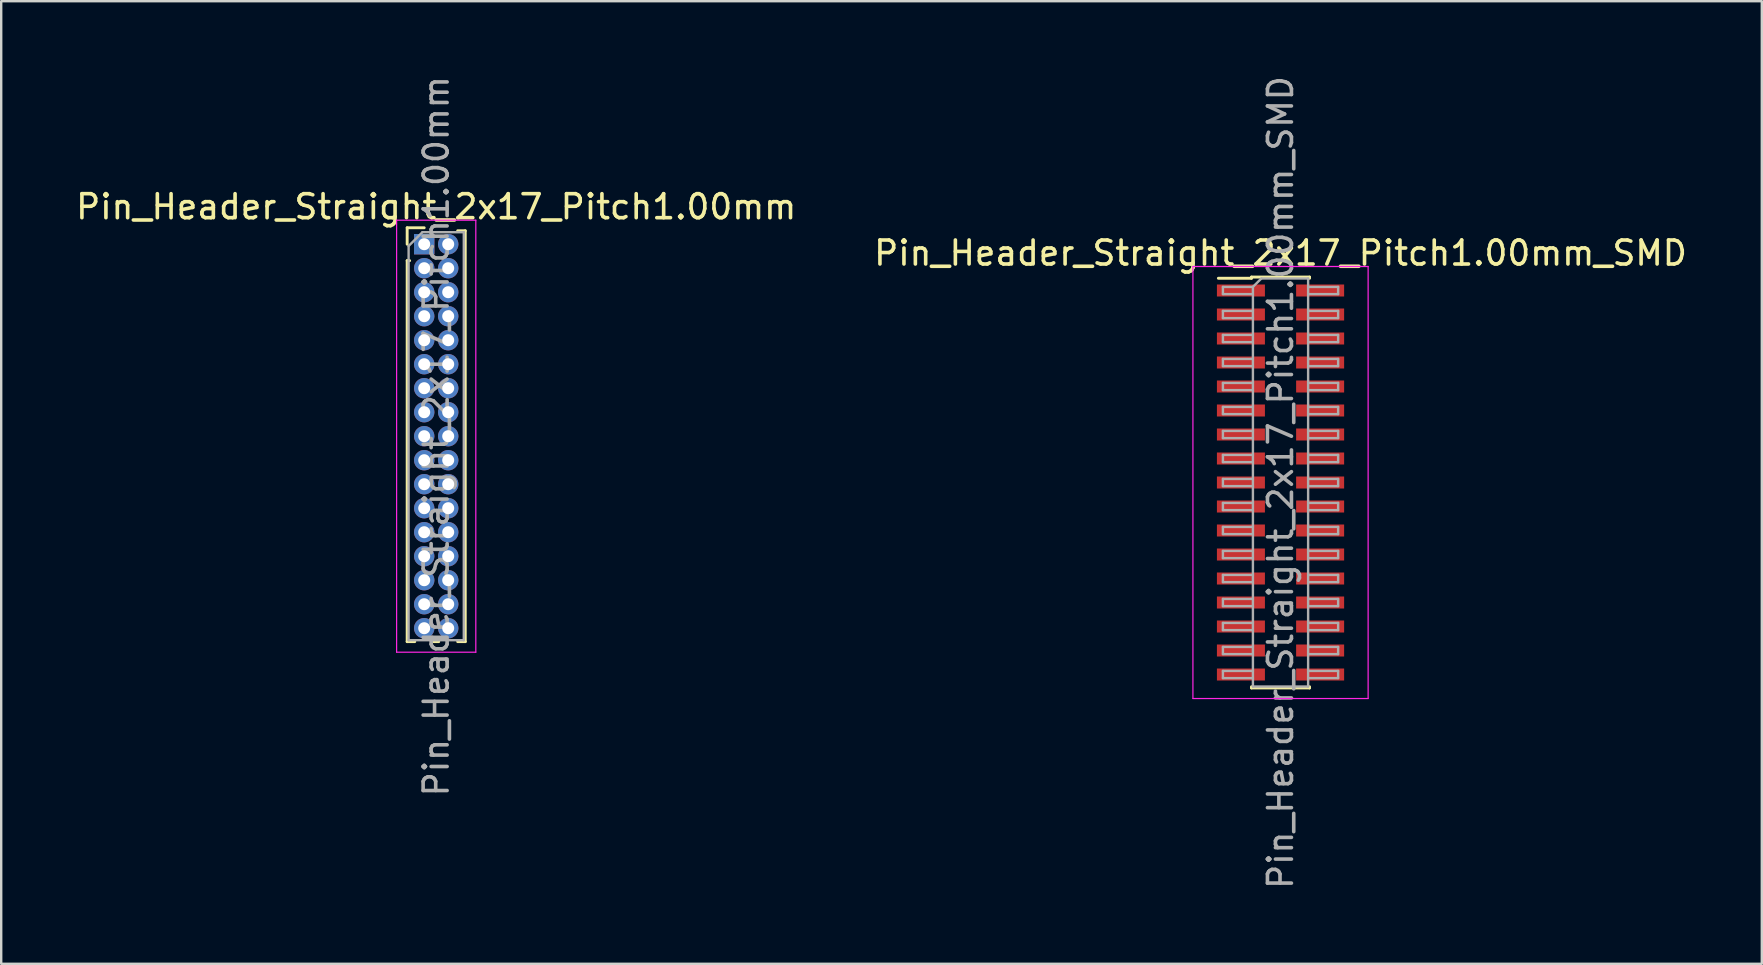
<source format=kicad_pcb>
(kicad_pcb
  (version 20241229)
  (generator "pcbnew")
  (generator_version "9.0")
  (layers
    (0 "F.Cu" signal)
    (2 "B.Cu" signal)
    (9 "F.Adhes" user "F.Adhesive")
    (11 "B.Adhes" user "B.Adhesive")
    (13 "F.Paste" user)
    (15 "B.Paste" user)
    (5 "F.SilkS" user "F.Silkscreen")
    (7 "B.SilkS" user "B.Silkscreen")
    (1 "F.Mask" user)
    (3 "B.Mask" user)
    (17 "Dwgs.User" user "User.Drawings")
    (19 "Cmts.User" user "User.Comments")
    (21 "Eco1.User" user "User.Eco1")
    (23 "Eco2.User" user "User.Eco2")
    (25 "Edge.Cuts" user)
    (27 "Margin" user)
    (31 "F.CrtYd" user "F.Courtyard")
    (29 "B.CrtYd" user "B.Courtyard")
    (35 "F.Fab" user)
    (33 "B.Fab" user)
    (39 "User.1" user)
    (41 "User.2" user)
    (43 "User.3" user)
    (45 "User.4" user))
  (footprint "Pin_Header_Straight_2x17_Pitch1.00mm_SMD"
    (layer "F.Cu")
    (at 50.304 17.054)
    (property "Reference" "Pin_Header_Straight_2x17_Pitch1.00mm_SMD" (at 0 -9.56 0) (layer "F.SilkS") (effects (font (size 1 1) (thickness 0.15))))
    (attr smd)
    (fp_line (start -2.59 -8.51) (end -1.21 -8.51) (stroke (width 0.12) (type solid)) (layer "F.SilkS"))
    (fp_line (start -1.21 -8.56) (end -1.21 -8.51) (stroke (width 0.12) (type solid)) (layer "F.SilkS"))
    (fp_line (start -1.21 -8.56) (end 1.21 -8.56) (stroke (width 0.12) (type solid)) (layer "F.SilkS"))
    (fp_line (start -1.21 8.51) (end -1.21 8.56) (stroke (width 0.12) (type solid)) (layer "F.SilkS"))
    (fp_line (start -1.21 8.56) (end 1.21 8.56) (stroke (width 0.12) (type solid)) (layer "F.SilkS"))
    (fp_line (start 1.21 -8.56) (end 1.21 -8.51) (stroke (width 0.12) (type solid)) (layer "F.SilkS"))
    (fp_line (start 1.21 8.51) (end 1.21 8.56) (stroke (width 0.12) (type solid)) (layer "F.SilkS"))
    (fp_line (start -3.65 -9) (end -3.65 9) (stroke (width 0.05) (type solid)) (layer "F.CrtYd"))
    (fp_line (start -3.65 9) (end 3.65 9) (stroke (width 0.05) (type solid)) (layer "F.CrtYd"))
    (fp_line (start 3.65 -9) (end -3.65 -9) (stroke (width 0.05) (type solid)) (layer "F.CrtYd"))
    (fp_line (start 3.65 9) (end 3.65 -9) (stroke (width 0.05) (type solid)) (layer "F.CrtYd"))
    (fp_line (start -2.4 -8.15) (end -2.4 -7.85) (stroke (width 0.1) (type solid)) (layer "F.Fab"))
    (fp_line (start -2.4 -7.85) (end -1.15 -7.85) (stroke (width 0.1) (type solid)) (layer "F.Fab"))
    (fp_line (start -2.4 -7.15) (end -2.4 -6.85) (stroke (width 0.1) (type solid)) (layer "F.Fab"))
    (fp_line (start -2.4 -6.85) (end -1.15 -6.85) (stroke (width 0.1) (type solid)) (layer "F.Fab"))
    (fp_line (start -2.4 -6.15) (end -2.4 -5.85) (stroke (width 0.1) (type solid)) (layer "F.Fab"))
    (fp_line (start -2.4 -5.85) (end -1.15 -5.85) (stroke (width 0.1) (type solid)) (layer "F.Fab"))
    (fp_line (start -2.4 -5.15) (end -2.4 -4.85) (stroke (width 0.1) (type solid)) (layer "F.Fab"))
    (fp_line (start -2.4 -4.85) (end -1.15 -4.85) (stroke (width 0.1) (type solid)) (layer "F.Fab"))
    (fp_line (start -2.4 -4.15) (end -2.4 -3.85) (stroke (width 0.1) (type solid)) (layer "F.Fab"))
    (fp_line (start -2.4 -3.85) (end -1.15 -3.85) (stroke (width 0.1) (type solid)) (layer "F.Fab"))
    (fp_line (start -2.4 -3.15) (end -2.4 -2.85) (stroke (width 0.1) (type solid)) (layer "F.Fab"))
    (fp_line (start -2.4 -2.85) (end -1.15 -2.85) (stroke (width 0.1) (type solid)) (layer "F.Fab"))
    (fp_line (start -2.4 -2.15) (end -2.4 -1.85) (stroke (width 0.1) (type solid)) (layer "F.Fab"))
    (fp_line (start -2.4 -1.85) (end -1.15 -1.85) (stroke (width 0.1) (type solid)) (layer "F.Fab"))
    (fp_line (start -2.4 -1.15) (end -2.4 -0.85) (stroke (width 0.1) (type solid)) (layer "F.Fab"))
    (fp_line (start -2.4 -0.85) (end -1.15 -0.85) (stroke (width 0.1) (type solid)) (layer "F.Fab"))
    (fp_line (start -2.4 -0.15) (end -2.4 0.15) (stroke (width 0.1) (type solid)) (layer "F.Fab"))
    (fp_line (start -2.4 0.15) (end -1.15 0.15) (stroke (width 0.1) (type solid)) (layer "F.Fab"))
    (fp_line (start -2.4 0.85) (end -2.4 1.15) (stroke (width 0.1) (type solid)) (layer "F.Fab"))
    (fp_line (start -2.4 1.15) (end -1.15 1.15) (stroke (width 0.1) (type solid)) (layer "F.Fab"))
    (fp_line (start -2.4 1.85) (end -2.4 2.15) (stroke (width 0.1) (type solid)) (layer "F.Fab"))
    (fp_line (start -2.4 2.15) (end -1.15 2.15) (stroke (width 0.1) (type solid)) (layer "F.Fab"))
    (fp_line (start -2.4 2.85) (end -2.4 3.15) (stroke (width 0.1) (type solid)) (layer "F.Fab"))
    (fp_line (start -2.4 3.15) (end -1.15 3.15) (stroke (width 0.1) (type solid)) (layer "F.Fab"))
    (fp_line (start -2.4 3.85) (end -2.4 4.15) (stroke (width 0.1) (type solid)) (layer "F.Fab"))
    (fp_line (start -2.4 4.15) (end -1.15 4.15) (stroke (width 0.1) (type solid)) (layer "F.Fab"))
    (fp_line (start -2.4 4.85) (end -2.4 5.15) (stroke (width 0.1) (type solid)) (layer "F.Fab"))
    (fp_line (start -2.4 5.15) (end -1.15 5.15) (stroke (width 0.1) (type solid)) (layer "F.Fab"))
    (fp_line (start -2.4 5.85) (end -2.4 6.15) (stroke (width 0.1) (type solid)) (layer "F.Fab"))
    (fp_line (start -2.4 6.15) (end -1.15 6.15) (stroke (width 0.1) (type solid)) (layer "F.Fab"))
    (fp_line (start -2.4 6.85) (end -2.4 7.15) (stroke (width 0.1) (type solid)) (layer "F.Fab"))
    (fp_line (start -2.4 7.15) (end -1.15 7.15) (stroke (width 0.1) (type solid)) (layer "F.Fab"))
    (fp_line (start -2.4 7.85) (end -2.4 8.15) (stroke (width 0.1) (type solid)) (layer "F.Fab"))
    (fp_line (start -2.4 8.15) (end -1.15 8.15) (stroke (width 0.1) (type solid)) (layer "F.Fab"))
    (fp_line (start -1.15 -8.15) (end -2.4 -8.15) (stroke (width 0.1) (type solid)) (layer "F.Fab"))
    (fp_line (start -1.15 -8.15) (end -0.8 -8.5) (stroke (width 0.1) (type solid)) (layer "F.Fab"))
    (fp_line (start -1.15 -7.15) (end -2.4 -7.15) (stroke (width 0.1) (type solid)) (layer "F.Fab"))
    (fp_line (start -1.15 -6.15) (end -2.4 -6.15) (stroke (width 0.1) (type solid)) (layer "F.Fab"))
    (fp_line (start -1.15 -5.15) (end -2.4 -5.15) (stroke (width 0.1) (type solid)) (layer "F.Fab"))
    (fp_line (start -1.15 -4.15) (end -2.4 -4.15) (stroke (width 0.1) (type solid)) (layer "F.Fab"))
    (fp_line (start -1.15 -3.15) (end -2.4 -3.15) (stroke (width 0.1) (type solid)) (layer "F.Fab"))
    (fp_line (start -1.15 -2.15) (end -2.4 -2.15) (stroke (width 0.1) (type solid)) (layer "F.Fab"))
    (fp_line (start -1.15 -1.15) (end -2.4 -1.15) (stroke (width 0.1) (type solid)) (layer "F.Fab"))
    (fp_line (start -1.15 -0.15) (end -2.4 -0.15) (stroke (width 0.1) (type solid)) (layer "F.Fab"))
    (fp_line (start -1.15 0.85) (end -2.4 0.85) (stroke (width 0.1) (type solid)) (layer "F.Fab"))
    (fp_line (start -1.15 1.85) (end -2.4 1.85) (stroke (width 0.1) (type solid)) (layer "F.Fab"))
    (fp_line (start -1.15 2.85) (end -2.4 2.85) (stroke (width 0.1) (type solid)) (layer "F.Fab"))
    (fp_line (start -1.15 3.85) (end -2.4 3.85) (stroke (width 0.1) (type solid)) (layer "F.Fab"))
    (fp_line (start -1.15 4.85) (end -2.4 4.85) (stroke (width 0.1) (type solid)) (layer "F.Fab"))
    (fp_line (start -1.15 5.85) (end -2.4 5.85) (stroke (width 0.1) (type solid)) (layer "F.Fab"))
    (fp_line (start -1.15 6.85) (end -2.4 6.85) (stroke (width 0.1) (type solid)) (layer "F.Fab"))
    (fp_line (start -1.15 7.85) (end -2.4 7.85) (stroke (width 0.1) (type solid)) (layer "F.Fab"))
    (fp_line (start -1.15 8.5) (end -1.15 -8.15) (stroke (width 0.1) (type solid)) (layer "F.Fab"))
    (fp_line (start -0.8 -8.5) (end 1.15 -8.5) (stroke (width 0.1) (type solid)) (layer "F.Fab"))
    (fp_line (start 1.15 -8.5) (end 1.15 8.5) (stroke (width 0.1) (type solid)) (layer "F.Fab"))
    (fp_line (start 1.15 -8.15) (end 2.4 -8.15) (stroke (width 0.1) (type solid)) (layer "F.Fab"))
    (fp_line (start 1.15 -7.15) (end 2.4 -7.15) (stroke (width 0.1) (type solid)) (layer "F.Fab"))
    (fp_line (start 1.15 -6.15) (end 2.4 -6.15) (stroke (width 0.1) (type solid)) (layer "F.Fab"))
    (fp_line (start 1.15 -5.15) (end 2.4 -5.15) (stroke (width 0.1) (type solid)) (layer "F.Fab"))
    (fp_line (start 1.15 -4.15) (end 2.4 -4.15) (stroke (width 0.1) (type solid)) (layer "F.Fab"))
    (fp_line (start 1.15 -3.15) (end 2.4 -3.15) (stroke (width 0.1) (type solid)) (layer "F.Fab"))
    (fp_line (start 1.15 -2.15) (end 2.4 -2.15) (stroke (width 0.1) (type solid)) (layer "F.Fab"))
    (fp_line (start 1.15 -1.15) (end 2.4 -1.15) (stroke (width 0.1) (type solid)) (layer "F.Fab"))
    (fp_line (start 1.15 -0.15) (end 2.4 -0.15) (stroke (width 0.1) (type solid)) (layer "F.Fab"))
    (fp_line (start 1.15 0.85) (end 2.4 0.85) (stroke (width 0.1) (type solid)) (layer "F.Fab"))
    (fp_line (start 1.15 1.85) (end 2.4 1.85) (stroke (width 0.1) (type solid)) (layer "F.Fab"))
    (fp_line (start 1.15 2.85) (end 2.4 2.85) (stroke (width 0.1) (type solid)) (layer "F.Fab"))
    (fp_line (start 1.15 3.85) (end 2.4 3.85) (stroke (width 0.1) (type solid)) (layer "F.Fab"))
    (fp_line (start 1.15 4.85) (end 2.4 4.85) (stroke (width 0.1) (type solid)) (layer "F.Fab"))
    (fp_line (start 1.15 5.85) (end 2.4 5.85) (stroke (width 0.1) (type solid)) (layer "F.Fab"))
    (fp_line (start 1.15 6.85) (end 2.4 6.85) (stroke (width 0.1) (type solid)) (layer "F.Fab"))
    (fp_line (start 1.15 7.85) (end 2.4 7.85) (stroke (width 0.1) (type solid)) (layer "F.Fab"))
    (fp_line (start 1.15 8.5) (end -1.15 8.5) (stroke (width 0.1) (type solid)) (layer "F.Fab"))
    (fp_line (start 2.4 -8.15) (end 2.4 -7.85) (stroke (width 0.1) (type solid)) (layer "F.Fab"))
    (fp_line (start 2.4 -7.85) (end 1.15 -7.85) (stroke (width 0.1) (type solid)) (layer "F.Fab"))
    (fp_line (start 2.4 -7.15) (end 2.4 -6.85) (stroke (width 0.1) (type solid)) (layer "F.Fab"))
    (fp_line (start 2.4 -6.85) (end 1.15 -6.85) (stroke (width 0.1) (type solid)) (layer "F.Fab"))
    (fp_line (start 2.4 -6.15) (end 2.4 -5.85) (stroke (width 0.1) (type solid)) (layer "F.Fab"))
    (fp_line (start 2.4 -5.85) (end 1.15 -5.85) (stroke (width 0.1) (type solid)) (layer "F.Fab"))
    (fp_line (start 2.4 -5.15) (end 2.4 -4.85) (stroke (width 0.1) (type solid)) (layer "F.Fab"))
    (fp_line (start 2.4 -4.85) (end 1.15 -4.85) (stroke (width 0.1) (type solid)) (layer "F.Fab"))
    (fp_line (start 2.4 -4.15) (end 2.4 -3.85) (stroke (width 0.1) (type solid)) (layer "F.Fab"))
    (fp_line (start 2.4 -3.85) (end 1.15 -3.85) (stroke (width 0.1) (type solid)) (layer "F.Fab"))
    (fp_line (start 2.4 -3.15) (end 2.4 -2.85) (stroke (width 0.1) (type solid)) (layer "F.Fab"))
    (fp_line (start 2.4 -2.85) (end 1.15 -2.85) (stroke (width 0.1) (type solid)) (layer "F.Fab"))
    (fp_line (start 2.4 -2.15) (end 2.4 -1.85) (stroke (width 0.1) (type solid)) (layer "F.Fab"))
    (fp_line (start 2.4 -1.85) (end 1.15 -1.85) (stroke (width 0.1) (type solid)) (layer "F.Fab"))
    (fp_line (start 2.4 -1.15) (end 2.4 -0.85) (stroke (width 0.1) (type solid)) (layer "F.Fab"))
    (fp_line (start 2.4 -0.85) (end 1.15 -0.85) (stroke (width 0.1) (type solid)) (layer "F.Fab"))
    (fp_line (start 2.4 -0.15) (end 2.4 0.15) (stroke (width 0.1) (type solid)) (layer "F.Fab"))
    (fp_line (start 2.4 0.15) (end 1.15 0.15) (stroke (width 0.1) (type solid)) (layer "F.Fab"))
    (fp_line (start 2.4 0.85) (end 2.4 1.15) (stroke (width 0.1) (type solid)) (layer "F.Fab"))
    (fp_line (start 2.4 1.15) (end 1.15 1.15) (stroke (width 0.1) (type solid)) (layer "F.Fab"))
    (fp_line (start 2.4 1.85) (end 2.4 2.15) (stroke (width 0.1) (type solid)) (layer "F.Fab"))
    (fp_line (start 2.4 2.15) (end 1.15 2.15) (stroke (width 0.1) (type solid)) (layer "F.Fab"))
    (fp_line (start 2.4 2.85) (end 2.4 3.15) (stroke (width 0.1) (type solid)) (layer "F.Fab"))
    (fp_line (start 2.4 3.15) (end 1.15 3.15) (stroke (width 0.1) (type solid)) (layer "F.Fab"))
    (fp_line (start 2.4 3.85) (end 2.4 4.15) (stroke (width 0.1) (type solid)) (layer "F.Fab"))
    (fp_line (start 2.4 4.15) (end 1.15 4.15) (stroke (width 0.1) (type solid)) (layer "F.Fab"))
    (fp_line (start 2.4 4.85) (end 2.4 5.15) (stroke (width 0.1) (type solid)) (layer "F.Fab"))
    (fp_line (start 2.4 5.15) (end 1.15 5.15) (stroke (width 0.1) (type solid)) (layer "F.Fab"))
    (fp_line (start 2.4 5.85) (end 2.4 6.15) (stroke (width 0.1) (type solid)) (layer "F.Fab"))
    (fp_line (start 2.4 6.15) (end 1.15 6.15) (stroke (width 0.1) (type solid)) (layer "F.Fab"))
    (fp_line (start 2.4 6.85) (end 2.4 7.15) (stroke (width 0.1) (type solid)) (layer "F.Fab"))
    (fp_line (start 2.4 7.15) (end 1.15 7.15) (stroke (width 0.1) (type solid)) (layer "F.Fab"))
    (fp_line (start 2.4 7.85) (end 2.4 8.15) (stroke (width 0.1) (type solid)) (layer "F.Fab"))
    (fp_line (start 2.4 8.15) (end 1.15 8.15) (stroke (width 0.1) (type solid)) (layer "F.Fab"))
    (fp_text user "${REFERENCE}" (at 0 0 90) (layer "F.Fab") (effects (font (size 1 1) (thickness 0.15))))
    (pad "1" smd rect (at -1.65 -8) (size 2 0.5) (layers "F.Cu" "F.Mask" "F.Paste"))
    (pad "2" smd rect (at 1.65 -8) (size 2 0.5) (layers "F.Cu" "F.Mask" "F.Paste"))
    (pad "3" smd rect (at -1.65 -7) (size 2 0.5) (layers "F.Cu" "F.Mask" "F.Paste"))
    (pad "4" smd rect (at 1.65 -7) (size 2 0.5) (layers "F.Cu" "F.Mask" "F.Paste"))
    (pad "5" smd rect (at -1.65 -6) (size 2 0.5) (layers "F.Cu" "F.Mask" "F.Paste"))
    (pad "6" smd rect (at 1.65 -6) (size 2 0.5) (layers "F.Cu" "F.Mask" "F.Paste"))
    (pad "7" smd rect (at -1.65 -5) (size 2 0.5) (layers "F.Cu" "F.Mask" "F.Paste"))
    (pad "8" smd rect (at 1.65 -5) (size 2 0.5) (layers "F.Cu" "F.Mask" "F.Paste"))
    (pad "9" smd rect (at -1.65 -4) (size 2 0.5) (layers "F.Cu" "F.Mask" "F.Paste"))
    (pad "10" smd rect (at 1.65 -4) (size 2 0.5) (layers "F.Cu" "F.Mask" "F.Paste"))
    (pad "11" smd rect (at -1.65 -3) (size 2 0.5) (layers "F.Cu" "F.Mask" "F.Paste"))
    (pad "12" smd rect (at 1.65 -3) (size 2 0.5) (layers "F.Cu" "F.Mask" "F.Paste"))
    (pad "13" smd rect (at -1.65 -2) (size 2 0.5) (layers "F.Cu" "F.Mask" "F.Paste"))
    (pad "14" smd rect (at 1.65 -2) (size 2 0.5) (layers "F.Cu" "F.Mask" "F.Paste"))
    (pad "15" smd rect (at -1.65 -1) (size 2 0.5) (layers "F.Cu" "F.Mask" "F.Paste"))
    (pad "16" smd rect (at 1.65 -1) (size 2 0.5) (layers "F.Cu" "F.Mask" "F.Paste"))
    (pad "17" smd rect (at -1.65 0) (size 2 0.5) (layers "F.Cu" "F.Mask" "F.Paste"))
    (pad "18" smd rect (at 1.65 0) (size 2 0.5) (layers "F.Cu" "F.Mask" "F.Paste"))
    (pad "19" smd rect (at -1.65 1) (size 2 0.5) (layers "F.Cu" "F.Mask" "F.Paste"))
    (pad "20" smd rect (at 1.65 1) (size 2 0.5) (layers "F.Cu" "F.Mask" "F.Paste"))
    (pad "21" smd rect (at -1.65 2) (size 2 0.5) (layers "F.Cu" "F.Mask" "F.Paste"))
    (pad "22" smd rect (at 1.65 2) (size 2 0.5) (layers "F.Cu" "F.Mask" "F.Paste"))
    (pad "23" smd rect (at -1.65 3) (size 2 0.5) (layers "F.Cu" "F.Mask" "F.Paste"))
    (pad "24" smd rect (at 1.65 3) (size 2 0.5) (layers "F.Cu" "F.Mask" "F.Paste"))
    (pad "25" smd rect (at -1.65 4) (size 2 0.5) (layers "F.Cu" "F.Mask" "F.Paste"))
    (pad "26" smd rect (at 1.65 4) (size 2 0.5) (layers "F.Cu" "F.Mask" "F.Paste"))
    (pad "27" smd rect (at -1.65 5) (size 2 0.5) (layers "F.Cu" "F.Mask" "F.Paste"))
    (pad "28" smd rect (at 1.65 5) (size 2 0.5) (layers "F.Cu" "F.Mask" "F.Paste"))
    (pad "29" smd rect (at -1.65 6) (size 2 0.5) (layers "F.Cu" "F.Mask" "F.Paste"))
    (pad "30" smd rect (at 1.65 6) (size 2 0.5) (layers "F.Cu" "F.Mask" "F.Paste"))
    (pad "31" smd rect (at -1.65 7) (size 2 0.5) (layers "F.Cu" "F.Mask" "F.Paste"))
    (pad "32" smd rect (at 1.65 7) (size 2 0.5) (layers "F.Cu" "F.Mask" "F.Paste"))
    (pad "33" smd rect (at -1.65 8) (size 2 0.5) (layers "F.Cu" "F.Mask" "F.Paste"))
    (pad "34" smd rect (at 1.65 8) (size 2 0.5) (layers "F.Cu" "F.Mask" "F.Paste")))
  (footprint "Pin_Header_Straight_2x17_Pitch1.00mm"
    (layer "F.Cu")
    (at 14.625 7.125)
    (property "Reference" "Pin_Header_Straight_2x17_Pitch1.00mm" (at 0.5 -1.56 0) (layer "F.SilkS") (effects (font (size 1 1) (thickness 0.15))))
    (attr through_hole)
    (fp_line (start -0.71 -0.685) (end 0 -0.685) (stroke (width 0.12) (type solid)) (layer "F.SilkS"))
    (fp_line (start -0.71 0) (end -0.71 -0.685) (stroke (width 0.12) (type solid)) (layer "F.SilkS"))
    (fp_line (start -0.71 0.685) (end -0.71 16.56) (stroke (width 0.12) (type solid)) (layer "F.SilkS"))
    (fp_line (start -0.71 0.685) (end -0.608 0.685) (stroke (width 0.12) (type solid)) (layer "F.SilkS"))
    (fp_line (start -0.71 16.56) (end -0.394 16.56) (stroke (width 0.12) (type solid)) (layer "F.SilkS"))
    (fp_line (start 0.394 16.56) (end 0.606 16.56) (stroke (width 0.12) (type solid)) (layer "F.SilkS"))
    (fp_line (start 1.394 -0.56) (end 1.71 -0.56) (stroke (width 0.12) (type solid)) (layer "F.SilkS"))
    (fp_line (start 1.394 16.56) (end 1.71 16.56) (stroke (width 0.12) (type solid)) (layer "F.SilkS"))
    (fp_line (start 1.71 -0.56) (end 1.71 16.56) (stroke (width 0.12) (type solid)) (layer "F.SilkS"))
    (fp_line (start -1.15 -1) (end -1.15 17) (stroke (width 0.05) (type solid)) (layer "F.CrtYd"))
    (fp_line (start -1.15 17) (end 2.15 17) (stroke (width 0.05) (type solid)) (layer "F.CrtYd"))
    (fp_line (start 2.15 -1) (end -1.15 -1) (stroke (width 0.05) (type solid)) (layer "F.CrtYd"))
    (fp_line (start 2.15 17) (end 2.15 -1) (stroke (width 0.05) (type solid)) (layer "F.CrtYd"))
    (fp_line (start -0.65 0.075) (end -0.075 -0.5) (stroke (width 0.1) (type solid)) (layer "F.Fab"))
    (fp_line (start -0.65 16.5) (end -0.65 0.075) (stroke (width 0.1) (type solid)) (layer "F.Fab"))
    (fp_line (start -0.075 -0.5) (end 1.65 -0.5) (stroke (width 0.1) (type solid)) (layer "F.Fab"))
    (fp_line (start 1.65 -0.5) (end 1.65 16.5) (stroke (width 0.1) (type solid)) (layer "F.Fab"))
    (fp_line (start 1.65 16.5) (end -0.65 16.5) (stroke (width 0.1) (type solid)) (layer "F.Fab"))
    (fp_text user "${REFERENCE}" (at 0.5 8 90) (layer "F.Fab") (effects (font (size 1 1) (thickness 0.15))))
    (pad "1" thru_hole rect (at 0 0) (size 0.85 0.85) (drill 0.5) (layers "*.Cu" "*.Mask"))
    (pad "2" thru_hole oval (at 1 0) (size 0.85 0.85) (drill 0.5) (layers "*.Cu" "*.Mask"))
    (pad "3" thru_hole oval (at 0 1) (size 0.85 0.85) (drill 0.5) (layers "*.Cu" "*.Mask"))
    (pad "4" thru_hole oval (at 1 1) (size 0.85 0.85) (drill 0.5) (layers "*.Cu" "*.Mask"))
    (pad "5" thru_hole oval (at 0 2) (size 0.85 0.85) (drill 0.5) (layers "*.Cu" "*.Mask"))
    (pad "6" thru_hole oval (at 1 2) (size 0.85 0.85) (drill 0.5) (layers "*.Cu" "*.Mask"))
    (pad "7" thru_hole oval (at 0 3) (size 0.85 0.85) (drill 0.5) (layers "*.Cu" "*.Mask"))
    (pad "8" thru_hole oval (at 1 3) (size 0.85 0.85) (drill 0.5) (layers "*.Cu" "*.Mask"))
    (pad "9" thru_hole oval (at 0 4) (size 0.85 0.85) (drill 0.5) (layers "*.Cu" "*.Mask"))
    (pad "10" thru_hole oval (at 1 4) (size 0.85 0.85) (drill 0.5) (layers "*.Cu" "*.Mask"))
    (pad "11" thru_hole oval (at 0 5) (size 0.85 0.85) (drill 0.5) (layers "*.Cu" "*.Mask"))
    (pad "12" thru_hole oval (at 1 5) (size 0.85 0.85) (drill 0.5) (layers "*.Cu" "*.Mask"))
    (pad "13" thru_hole oval (at 0 6) (size 0.85 0.85) (drill 0.5) (layers "*.Cu" "*.Mask"))
    (pad "14" thru_hole oval (at 1 6) (size 0.85 0.85) (drill 0.5) (layers "*.Cu" "*.Mask"))
    (pad "15" thru_hole oval (at 0 7) (size 0.85 0.85) (drill 0.5) (layers "*.Cu" "*.Mask"))
    (pad "16" thru_hole oval (at 1 7) (size 0.85 0.85) (drill 0.5) (layers "*.Cu" "*.Mask"))
    (pad "17" thru_hole oval (at 0 8) (size 0.85 0.85) (drill 0.5) (layers "*.Cu" "*.Mask"))
    (pad "18" thru_hole oval (at 1 8) (size 0.85 0.85) (drill 0.5) (layers "*.Cu" "*.Mask"))
    (pad "19" thru_hole oval (at 0 9) (size 0.85 0.85) (drill 0.5) (layers "*.Cu" "*.Mask"))
    (pad "20" thru_hole oval (at 1 9) (size 0.85 0.85) (drill 0.5) (layers "*.Cu" "*.Mask"))
    (pad "21" thru_hole oval (at 0 10) (size 0.85 0.85) (drill 0.5) (layers "*.Cu" "*.Mask"))
    (pad "22" thru_hole oval (at 1 10) (size 0.85 0.85) (drill 0.5) (layers "*.Cu" "*.Mask"))
    (pad "23" thru_hole oval (at 0 11) (size 0.85 0.85) (drill 0.5) (layers "*.Cu" "*.Mask"))
    (pad "24" thru_hole oval (at 1 11) (size 0.85 0.85) (drill 0.5) (layers "*.Cu" "*.Mask"))
    (pad "25" thru_hole oval (at 0 12) (size 0.85 0.85) (drill 0.5) (layers "*.Cu" "*.Mask"))
    (pad "26" thru_hole oval (at 1 12) (size 0.85 0.85) (drill 0.5) (layers "*.Cu" "*.Mask"))
    (pad "27" thru_hole oval (at 0 13) (size 0.85 0.85) (drill 0.5) (layers "*.Cu" "*.Mask"))
    (pad "28" thru_hole oval (at 1 13) (size 0.85 0.85) (drill 0.5) (layers "*.Cu" "*.Mask"))
    (pad "29" thru_hole oval (at 0 14) (size 0.85 0.85) (drill 0.5) (layers "*.Cu" "*.Mask"))
    (pad "30" thru_hole oval (at 1 14) (size 0.85 0.85) (drill 0.5) (layers "*.Cu" "*.Mask"))
    (pad "31" thru_hole oval (at 0 15) (size 0.85 0.85) (drill 0.5) (layers "*.Cu" "*.Mask"))
    (pad "32" thru_hole oval (at 1 15) (size 0.85 0.85) (drill 0.5) (layers "*.Cu" "*.Mask"))
    (pad "33" thru_hole oval (at 0 16) (size 0.85 0.85) (drill 0.5) (layers "*.Cu" "*.Mask"))
    (pad "34" thru_hole oval (at 1 16) (size 0.85 0.85) (drill 0.5) (layers "*.Cu" "*.Mask")))
  (gr_rect
    (start -3 -3)
    (end 70.357 37.107)
    (stroke (width 0.1) (type default))
    (fill no)
    (layer "Edge.Cuts")))
</source>
